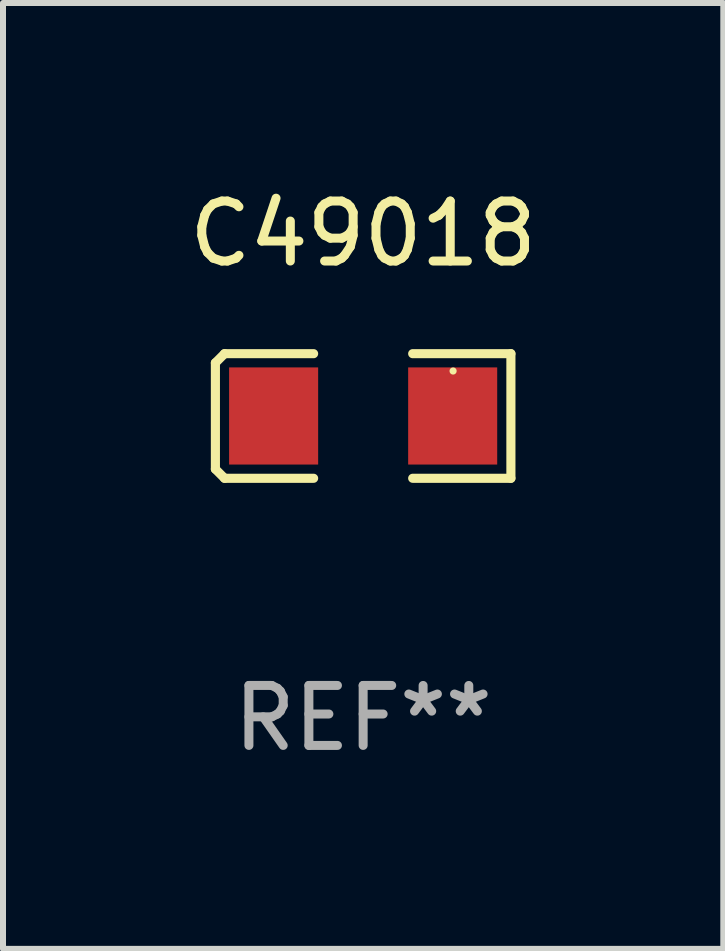
<source format=kicad_pcb>
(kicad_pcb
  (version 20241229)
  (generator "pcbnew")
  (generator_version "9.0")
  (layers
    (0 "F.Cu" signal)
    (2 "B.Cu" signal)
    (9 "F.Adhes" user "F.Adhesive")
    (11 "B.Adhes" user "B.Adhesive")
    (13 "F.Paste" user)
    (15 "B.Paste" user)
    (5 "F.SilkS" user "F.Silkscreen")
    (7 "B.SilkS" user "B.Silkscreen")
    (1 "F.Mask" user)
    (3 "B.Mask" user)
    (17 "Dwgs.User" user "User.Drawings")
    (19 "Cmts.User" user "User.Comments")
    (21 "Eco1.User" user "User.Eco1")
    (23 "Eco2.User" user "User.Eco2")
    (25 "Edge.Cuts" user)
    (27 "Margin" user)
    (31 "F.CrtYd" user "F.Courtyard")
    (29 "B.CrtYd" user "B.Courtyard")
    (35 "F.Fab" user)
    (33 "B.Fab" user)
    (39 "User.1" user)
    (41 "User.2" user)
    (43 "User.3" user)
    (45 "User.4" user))
  (footprint "C49018"
    (layer "F.Cu")
    (at 3.006 3.887)
    (property "Reference" "C49018" (at 0 -3.039 0) (layer "F.SilkS") (effects (font (size 1 1) (thickness 0.15))))
    (attr through_hole)
    (fp_line (start -2.464 -0.886) (end -2.311 -1.039) (stroke (width 0.152) (type solid)) (layer "F.SilkS"))
    (fp_line (start -2.464 0.886) (end -2.464 -0.886) (stroke (width 0.152) (type solid)) (layer "F.SilkS"))
    (fp_line (start -2.311 -1.039) (end -0.826 -1.039) (stroke (width 0.152) (type solid)) (layer "F.SilkS"))
    (fp_line (start -2.311 1.039) (end -2.464 0.886) (stroke (width 0.152) (type solid)) (layer "F.SilkS"))
    (fp_line (start -0.826 1.039) (end -2.311 1.039) (stroke (width 0.152) (type solid)) (layer "F.SilkS"))
    (fp_line (start 0.826 1.039) (end 2.464 1.039) (stroke (width 0.152) (type solid)) (layer "F.SilkS"))
    (fp_line (start 2.464 -1.039) (end 0.826 -1.039) (stroke (width 0.152) (type solid)) (layer "F.SilkS"))
    (fp_line (start 2.464 1.039) (end 2.464 -1.039) (stroke (width 0.152) (type solid)) (layer "F.SilkS"))
    (fp_circle (center 1.5 -0.75) (end 1.53 -0.75) (stroke (width 0.06) (type solid)) (fill no) (layer "F.SilkS"))
    (fp_text user "REF**" (at 0 5.039 0) (layer "F.Fab") (effects (font (size 1 1) (thickness 0.15))))
    (pad "1" smd rect (at 1.493 0) (size 1.485 1.62) (layers "F.Cu" "F.Mask" "F.Paste"))
    (pad "2" smd rect (at -1.493 0) (size 1.485 1.62) (layers "F.Cu" "F.Mask" "F.Paste")))
  (gr_rect
    (start -3 -3)
    (end 9.012 12.774)
    (stroke (width 0.1) (type default))
    (fill no)
    (layer "Edge.Cuts")))
</source>
